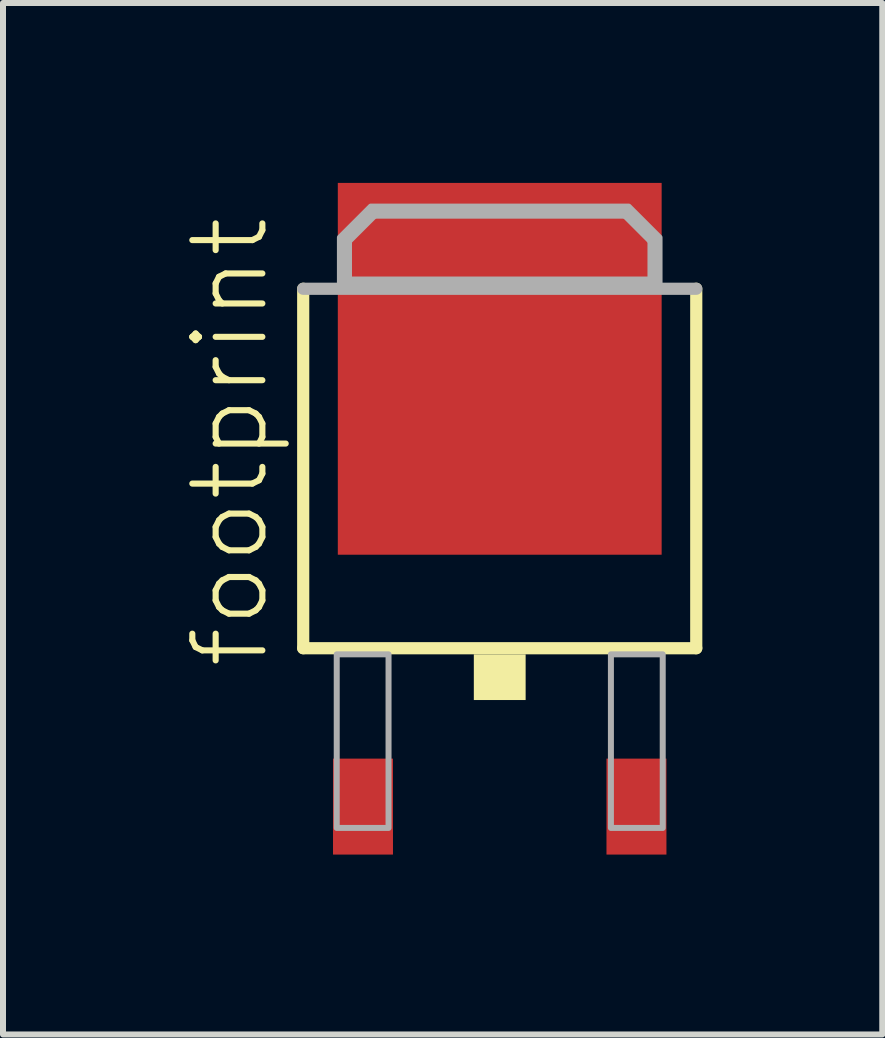
<source format=kicad_pcb>
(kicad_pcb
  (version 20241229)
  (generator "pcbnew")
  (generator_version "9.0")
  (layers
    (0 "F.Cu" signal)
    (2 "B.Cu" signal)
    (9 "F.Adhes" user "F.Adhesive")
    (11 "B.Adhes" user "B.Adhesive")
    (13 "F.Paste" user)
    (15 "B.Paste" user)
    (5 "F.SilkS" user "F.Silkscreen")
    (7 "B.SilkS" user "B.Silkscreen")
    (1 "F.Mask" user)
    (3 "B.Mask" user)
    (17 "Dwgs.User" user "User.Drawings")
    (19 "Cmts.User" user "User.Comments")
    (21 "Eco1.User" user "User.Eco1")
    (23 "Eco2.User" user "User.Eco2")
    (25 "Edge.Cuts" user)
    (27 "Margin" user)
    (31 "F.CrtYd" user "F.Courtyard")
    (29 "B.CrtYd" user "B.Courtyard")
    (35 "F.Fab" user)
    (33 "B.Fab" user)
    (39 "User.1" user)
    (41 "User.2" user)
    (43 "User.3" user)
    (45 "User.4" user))
  (footprint "footprint"
    (layer "F.Cu")
    (at 5.283 5.6)
    (property "Reference" "footprint" (at -3.81 2.54 90) (layer "F.SilkS") (effects (font (size 1.168 1.168) (thickness 0.102)) (justify left bottom)))
    (fp_line (start -3.277 2.159) (end -3.277 -3.835) (stroke (width 0.203) (type solid)) (layer "F.SilkS"))
    (fp_line (start 3.277 -3.835) (end 3.277 2.159) (stroke (width 0.203) (type solid)) (layer "F.SilkS"))
    (fp_line (start 3.277 2.159) (end -3.277 2.159) (stroke (width 0.203) (type solid)) (layer "F.SilkS"))
    (fp_poly (pts (xy -0.432 3.023) (xy 0.432 3.023) (xy 0.432 2.261) (xy -0.432 2.261)) (stroke (width 0) (type solid)) (fill yes) (layer "F.SilkS"))
    (fp_line (start -3.277 -3.835) (end 3.277 -3.835) (stroke (width 0.203) (type solid)) (layer "F.Fab"))
    (fp_line (start -2.565 -4.648) (end -2.108 -5.105) (stroke (width 0.203) (type solid)) (layer "F.Fab"))
    (fp_line (start -2.565 -3.937) (end -2.565 -4.648) (stroke (width 0.203) (type solid)) (layer "F.Fab"))
    (fp_line (start -2.108 -5.105) (end 2.108 -5.105) (stroke (width 0.203) (type solid)) (layer "F.Fab"))
    (fp_line (start 2.108 -5.105) (end 2.565 -4.648) (stroke (width 0.203) (type solid)) (layer "F.Fab"))
    (fp_line (start 2.565 -4.648) (end 2.565 -3.937) (stroke (width 0.203) (type solid)) (layer "F.Fab"))
    (fp_line (start 2.565 -3.937) (end -2.565 -3.937) (stroke (width 0.203) (type solid)) (layer "F.Fab"))
    (fp_poly (pts (xy -2.718 5.156) (xy -1.854 5.156) (xy -1.854 2.261) (xy -2.718 2.261)) (stroke (width 0.1) (type solid)) (fill no) (layer "F.Fab"))
    (fp_poly (pts (xy 1.854 5.156) (xy 2.718 5.156) (xy 2.718 2.261) (xy 1.854 2.261)) (stroke (width 0.1) (type solid)) (fill no) (layer "F.Fab"))
    (fp_poly (pts (xy 2.665 -4.69) (xy 2.665 -3.837) (xy -2.665 -3.837) (xy -2.665 -4.69) (xy -2.15 -5.205) (xy 2.15 -5.205)) (stroke (width 0.1) (type solid)) (fill no) (layer "F.Fab"))
    (pad "1" smd rect (at -2.28 4.8) (size 1 1.6) (layers "F.Cu" "F.Mask" "F.Paste"))
    (pad "3" smd rect (at 2.28 4.8) (size 1 1.6) (layers "F.Cu" "F.Mask" "F.Paste"))
    (pad "4" smd rect (at 0 -2.5) (size 5.4 6.2) (layers "F.Cu" "F.Mask" "F.Paste")))
  (gr_rect
    (start -3 -3)
    (end 11.662 14.2)
    (stroke (width 0.1) (type default))
    (fill no)
    (layer "Edge.Cuts")))
</source>
